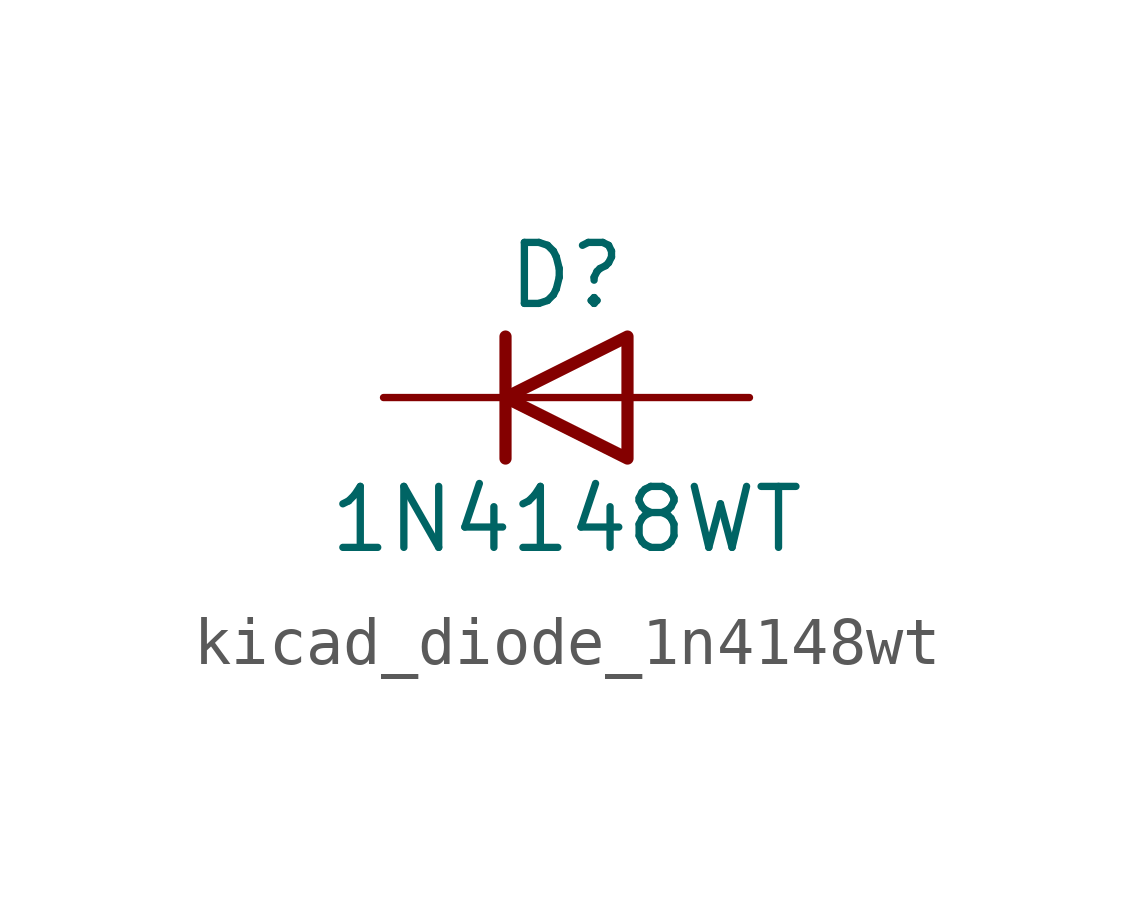
<source format=kicad_sym>
(kicad_symbol_lib
  (version 20220914)
  (generator kicad_symbol_editor)
  (symbol "kicad_diode_1n4148wt"
    (pin_numbers hide)
    (pin_names hide)
    (property "Reference" "D"
      (at 0 2.54 0)
      (effects (font (size 1.27 1.27))))
    (property "Value" "1N4148WT"
      (at 0 -2.54 0)
      (effects (font (size 1.27 1.27))))
    (symbol "kicad_diode_1n4148wt_0_1"
      (polyline (pts (xy -1.27 1.27) (xy -1.27 -1.27)) (stroke (width 0.254) (type default)) (fill (type none)))
      (polyline (pts (xy 1.27 0) (xy -1.27 0)) (stroke (width 0) (type default)) (fill (type none)))
      (polyline (pts (xy 1.27 1.27) (xy 1.27 -1.27) (xy -1.27 0) (xy 1.27 1.27)) (stroke (width 0.254) (type default)) (fill (type none))))
    (symbol "kicad_diode_1n4148wt_1_1"
      (pin passive line (at -3.81 0 0) (length 2.54) (name "K" (effects (font (size 1.27 1.27)))) (number "1" (effects (font (size 1.27 1.27)))))
      (pin passive line (at 3.81 0 180) (length 2.54) (name "A" (effects (font (size 1.27 1.27)))) (number "2" (effects (font (size 1.27 1.27))))))))
</source>
